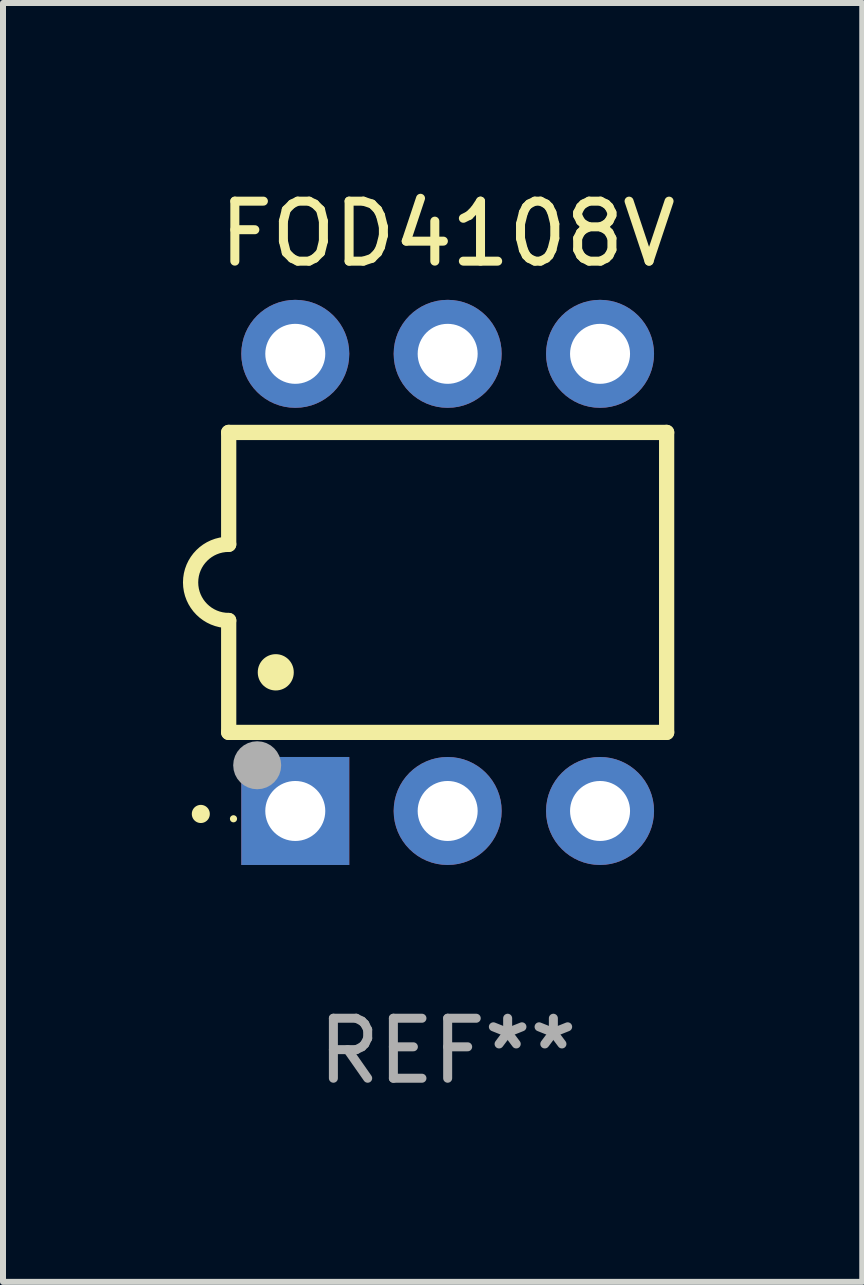
<source format=kicad_pcb>
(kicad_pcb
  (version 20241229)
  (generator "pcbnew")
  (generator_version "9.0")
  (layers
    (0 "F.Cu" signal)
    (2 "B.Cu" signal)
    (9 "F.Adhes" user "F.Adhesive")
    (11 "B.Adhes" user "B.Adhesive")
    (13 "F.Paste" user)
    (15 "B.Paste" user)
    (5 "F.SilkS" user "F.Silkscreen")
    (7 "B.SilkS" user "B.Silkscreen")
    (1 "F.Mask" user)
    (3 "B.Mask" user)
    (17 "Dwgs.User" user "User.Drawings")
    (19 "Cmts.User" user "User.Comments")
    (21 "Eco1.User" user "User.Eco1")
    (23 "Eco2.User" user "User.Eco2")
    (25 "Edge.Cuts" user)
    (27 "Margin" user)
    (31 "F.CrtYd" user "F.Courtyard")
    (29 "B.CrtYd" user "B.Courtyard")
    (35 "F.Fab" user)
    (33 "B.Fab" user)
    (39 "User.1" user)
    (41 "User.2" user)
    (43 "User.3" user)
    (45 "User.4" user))
  (footprint "FOD4108V"
    (layer "F.Cu")
    (at 4.412 6.658)
    (property "Reference" "FOD4108V" (at 0 -5.81 0) (layer "F.SilkS") (effects (font (size 1 1) (thickness 0.15))))
    (attr through_hole)
    (fp_line (start -3.65 -2.5) (end 3.65 -2.5) (stroke (width 0.254) (type solid)) (layer "F.SilkS"))
    (fp_line (start -3.65 -0.635) (end -3.65 -2.5) (stroke (width 0.254) (type solid)) (layer "F.SilkS"))
    (fp_line (start -3.65 0.635) (end -3.65 2.5) (stroke (width 0.254) (type solid)) (layer "F.SilkS"))
    (fp_line (start -3.65 2.5) (end 3.65 2.5) (stroke (width 0.254) (type solid)) (layer "F.SilkS"))
    (fp_line (start 3.65 -2.5) (end 3.65 2.5) (stroke (width 0.254) (type solid)) (layer "F.SilkS"))
    (fp_arc (start -4.114808 3.860808) (mid -4.114813 3.859538) (end -4.114808 3.858268) (stroke (width 0.3) (type solid)) (layer "F.SilkS"))
    (fp_arc (start -3.650013 0.635001) (mid -4.285014 0) (end -3.650013 -0.635001) (stroke (width 0.254001) (type solid)) (layer "F.SilkS"))
    (fp_arc (start -2.865405 1.501143) (mid -2.865416 1.498603) (end -2.865405 1.496063) (stroke (width 0.6) (type solid)) (layer "F.SilkS"))
    (fp_circle (center -3.57 3.94) (end -3.54 3.94) (stroke (width 0.06) (type solid)) (fill no) (layer "F.SilkS"))
    (fp_circle (center -3.175 3.048) (end -2.975 3.048) (stroke (width 0.4) (type solid)) (fill no) (layer "F.Fab"))
    (fp_text user "REF**" (at 0 7.81 0) (layer "F.Fab") (effects (font (size 1 1) (thickness 0.15))))
    (pad "1" thru_hole rect (at -2.54 3.81 90) (size 1.8 1.8) (drill 1) (layers "*.Cu" "*.Mask"))
    (pad "2" thru_hole circle (at 0 3.81) (size 1.8 1.8) (drill 1) (layers "*.Cu" "*.Mask"))
    (pad "3" thru_hole circle (at 2.54 3.81) (size 1.8 1.8) (drill 1) (layers "*.Cu" "*.Mask"))
    (pad "4" thru_hole circle (at 2.54 -3.81) (size 1.8 1.8) (drill 1) (layers "*.Cu" "*.Mask"))
    (pad "5" thru_hole circle (at 0 -3.81) (size 1.8 1.8) (drill 1) (layers "*.Cu" "*.Mask"))
    (pad "6" thru_hole circle (at -2.54 -3.81) (size 1.8 1.8) (drill 1) (layers "*.Cu" "*.Mask")))
  (gr_rect
    (start -3 -3)
    (end 11.323 18.317)
    (stroke (width 0.1) (type default))
    (fill no)
    (layer "Edge.Cuts")))
</source>
